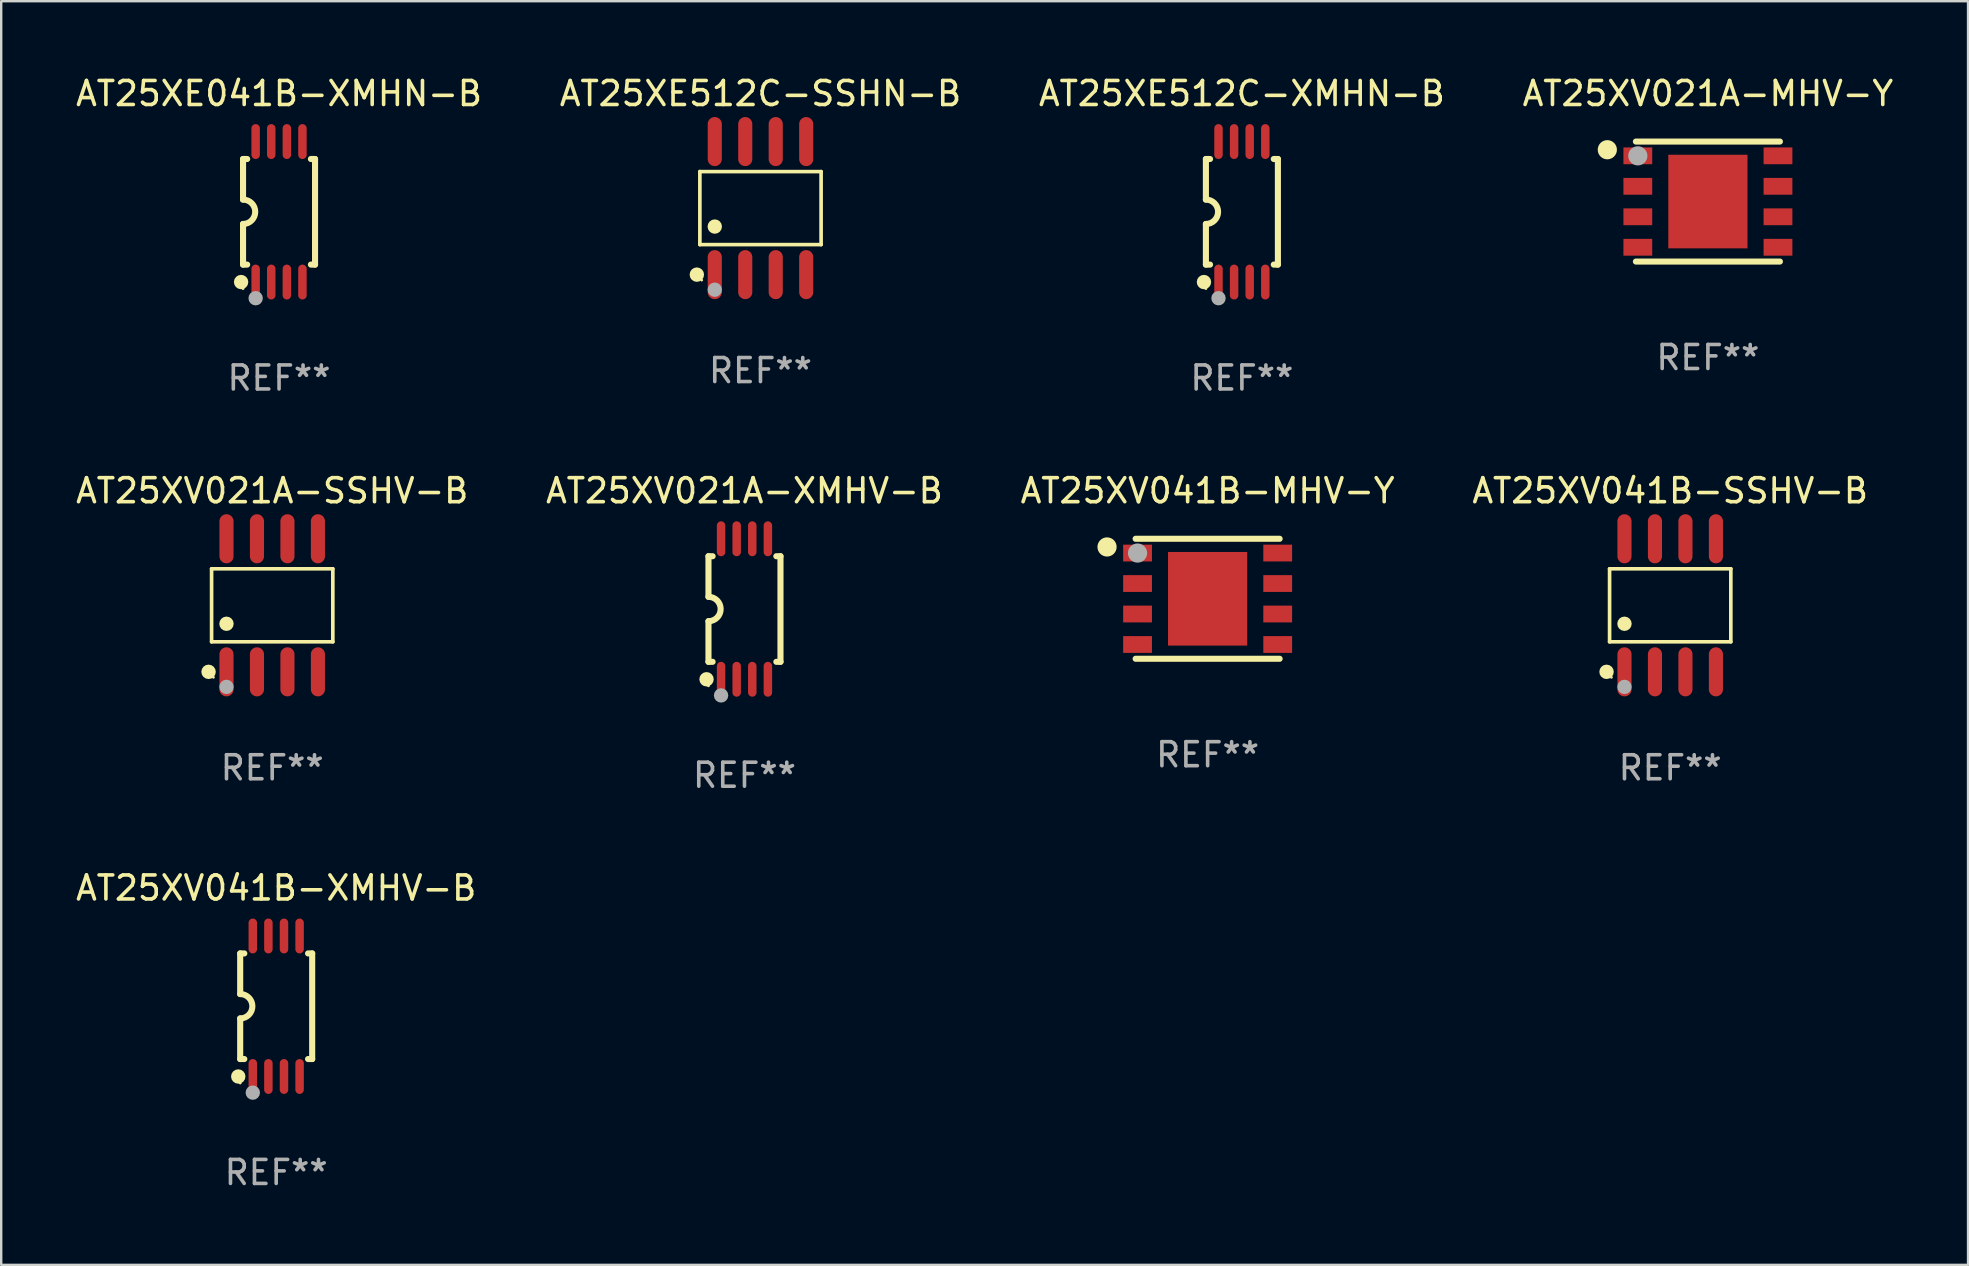
<source format=kicad_pcb>
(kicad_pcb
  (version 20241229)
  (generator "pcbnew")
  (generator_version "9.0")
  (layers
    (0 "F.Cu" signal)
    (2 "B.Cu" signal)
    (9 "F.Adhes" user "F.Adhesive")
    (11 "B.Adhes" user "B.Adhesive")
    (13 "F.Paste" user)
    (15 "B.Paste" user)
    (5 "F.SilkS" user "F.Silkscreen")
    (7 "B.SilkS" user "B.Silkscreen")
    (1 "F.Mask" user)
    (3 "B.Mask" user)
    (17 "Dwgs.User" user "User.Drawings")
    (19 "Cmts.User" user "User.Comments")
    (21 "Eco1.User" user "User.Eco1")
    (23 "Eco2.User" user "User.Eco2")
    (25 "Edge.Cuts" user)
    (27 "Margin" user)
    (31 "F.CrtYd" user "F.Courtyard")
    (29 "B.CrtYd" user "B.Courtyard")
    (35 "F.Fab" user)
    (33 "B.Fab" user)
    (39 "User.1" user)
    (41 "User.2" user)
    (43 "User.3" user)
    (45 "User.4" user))
  (footprint "AT25XV041B-MHV-Y"
    (layer "F.Cu")
    (at 47.268 21.899)
    (property "Reference" "AT25XV041B-MHV-Y" (at 0 -4.5 0) (layer "F.SilkS") (effects (font (size 1 1) (thickness 0.15))))
    (attr through_hole)
    (fp_line (start 3 -2.5) (end -3 -2.5) (stroke (width 0.254) (type solid)) (layer "F.SilkS"))
    (fp_line (start 3 2.5) (end -3 2.5) (stroke (width 0.254) (type solid)) (layer "F.SilkS"))
    (fp_circle (center -4.191 -2.159) (end -3.991 -2.159) (stroke (width 0.4) (type solid)) (fill no) (layer "F.SilkS"))
    (fp_circle (center -3 -2.5) (end -2.97 -2.5) (stroke (width 0.06) (type solid)) (fill no) (layer "F.SilkS"))
    (fp_circle (center -2.92 -1.905) (end -2.72 -1.905) (stroke (width 0.4) (type solid)) (fill no) (layer "F.Fab"))
    (fp_text user "REF**" (at 0 6.5 0) (layer "F.Fab") (effects (font (size 1 1) (thickness 0.15))))
    (pad "1" smd rect (at -2.92 -1.905) (size 1.2 0.7) (layers "F.Cu" "F.Mask" "F.Paste"))
    (pad "2" smd rect (at -2.92 -0.635) (size 1.2 0.7) (layers "F.Cu" "F.Mask" "F.Paste"))
    (pad "3" smd rect (at -2.92 0.635) (size 1.2 0.7) (layers "F.Cu" "F.Mask" "F.Paste"))
    (pad "4" smd rect (at -2.92 1.905) (size 1.2 0.7) (layers "F.Cu" "F.Mask" "F.Paste"))
    (pad "5" smd rect (at 2.92 1.905) (size 1.2 0.7) (layers "F.Cu" "F.Mask" "F.Paste"))
    (pad "6" smd rect (at 2.92 0.635) (size 1.2 0.7) (layers "F.Cu" "F.Mask" "F.Paste"))
    (pad "7" smd rect (at 2.92 -0.635) (size 1.2 0.7) (layers "F.Cu" "F.Mask" "F.Paste"))
    (pad "8" smd rect (at 2.92 -1.905) (size 1.2 0.7) (layers "F.Cu" "F.Mask" "F.Paste"))
    (pad "9" smd rect (at 0 0) (size 3.3 3.9) (layers "F.Cu" "F.Mask" "F.Paste")))
  (footprint "AT25XE041B-XMHN-B"
    (layer "F.Cu")
    (at 8.577 5.775)
    (property "Reference" "AT25XE041B-XMHN-B" (at 0 -4.927 0) (layer "F.SilkS") (effects (font (size 1 1) (thickness 0.15))))
    (attr through_hole)
    (fp_line (start -1.5 -2.2) (end -1.5 -0.508) (stroke (width 0.254) (type solid)) (layer "F.SilkS"))
    (fp_line (start -1.5 -2.2) (end -1.328 -2.2) (stroke (width 0.254) (type solid)) (layer "F.SilkS"))
    (fp_line (start -1.5 2.2) (end -1.5 0.508) (stroke (width 0.254) (type solid)) (layer "F.SilkS"))
    (fp_line (start -1.5 2.2) (end -1.328 2.2) (stroke (width 0.254) (type solid)) (layer "F.SilkS"))
    (fp_line (start 1.328 -2.2) (end 1.5 -2.2) (stroke (width 0.254) (type solid)) (layer "F.SilkS"))
    (fp_line (start 1.328 2.2) (end 1.5 2.2) (stroke (width 0.254) (type solid)) (layer "F.SilkS"))
    (fp_line (start 1.5 -2.2) (end 1.5 2.2) (stroke (width 0.254) (type solid)) (layer "F.SilkS"))
    (fp_arc (start -1.501144 -0.508) (mid -0.993143 -0.000571) (end -1.5 0.508001) (stroke (width 0.254001) (type solid)) (layer "F.SilkS"))
    (fp_circle (center -1.581 2.927) (end -1.431 2.927) (stroke (width 0.3) (type solid)) (fill no) (layer "F.SilkS"))
    (fp_circle (center -1.5 3.2) (end -1.47 3.2) (stroke (width 0.06) (type solid)) (fill no) (layer "F.SilkS"))
    (fp_circle (center -0.975 3.6) (end -0.825 3.6) (stroke (width 0.3) (type solid)) (fill no) (layer "F.Fab"))
    (fp_text user "REF**" (at 0 6.927 0) (layer "F.Fab") (effects (font (size 1 1) (thickness 0.15))))
    (pad "1" smd oval (at -0.975 2.927) (size 0.353 1.454) (layers "F.Cu" "F.Mask" "F.Paste"))
    (pad "2" smd oval (at -0.325 2.927) (size 0.353 1.454) (layers "F.Cu" "F.Mask" "F.Paste"))
    (pad "3" smd oval (at 0.325 2.927) (size 0.353 1.454) (layers "F.Cu" "F.Mask" "F.Paste"))
    (pad "4" smd oval (at 0.975 2.927) (size 0.353 1.454) (layers "F.Cu" "F.Mask" "F.Paste"))
    (pad "5" smd oval (at 0.975 -2.927) (size 0.353 1.454) (layers "F.Cu" "F.Mask" "F.Paste"))
    (pad "6" smd oval (at 0.325 -2.927) (size 0.353 1.454) (layers "F.Cu" "F.Mask" "F.Paste"))
    (pad "7" smd oval (at -0.325 -2.927) (size 0.353 1.454) (layers "F.Cu" "F.Mask" "F.Paste"))
    (pad "8" smd oval (at -0.975 -2.927) (size 0.353 1.454) (layers "F.Cu" "F.Mask" "F.Paste")))
  (footprint "AT25XE512C-SSHN-B"
    (layer "F.Cu")
    (at 28.637 5.621)
    (property "Reference" "AT25XE512C-SSHN-B" (at 0 -4.772 0) (layer "F.SilkS") (effects (font (size 1 1) (thickness 0.15))))
    (attr through_hole)
    (fp_line (start -2.526 -1.521) (end 2.526 -1.521) (stroke (width 0.152) (type solid)) (layer "F.SilkS"))
    (fp_line (start -2.526 1.521) (end -2.526 -1.521) (stroke (width 0.152) (type solid)) (layer "F.SilkS"))
    (fp_line (start 2.526 -1.521) (end 2.526 1.521) (stroke (width 0.152) (type solid)) (layer "F.SilkS"))
    (fp_line (start 2.526 1.521) (end -2.526 1.521) (stroke (width 0.152) (type solid)) (layer "F.SilkS"))
    (fp_circle (center -2.652 2.772) (end -2.501 2.772) (stroke (width 0.3) (type solid)) (fill no) (layer "F.SilkS"))
    (fp_circle (center -2.45 3) (end -2.42 3) (stroke (width 0.06) (type solid)) (fill no) (layer "F.SilkS"))
    (fp_circle (center -1.905 0.769) (end -1.755 0.769) (stroke (width 0.3) (type solid)) (fill no) (layer "F.SilkS"))
    (fp_circle (center -1.905 3.4) (end -1.755 3.4) (stroke (width 0.3) (type solid)) (fill no) (layer "F.Fab"))
    (fp_text user "REF**" (at 0 6.772 0) (layer "F.Fab") (effects (font (size 1 1) (thickness 0.15))))
    (pad "1" smd oval (at -1.905 2.772) (size 0.588 2.045) (layers "F.Cu" "F.Mask" "F.Paste"))
    (pad "2" smd oval (at -0.635 2.772) (size 0.588 2.045) (layers "F.Cu" "F.Mask" "F.Paste"))
    (pad "3" smd oval (at 0.635 2.772) (size 0.588 2.045) (layers "F.Cu" "F.Mask" "F.Paste"))
    (pad "4" smd oval (at 1.905 2.772) (size 0.588 2.045) (layers "F.Cu" "F.Mask" "F.Paste"))
    (pad "5" smd oval (at 1.905 -2.772) (size 0.588 2.045) (layers "F.Cu" "F.Mask" "F.Paste"))
    (pad "6" smd oval (at 0.635 -2.772) (size 0.588 2.045) (layers "F.Cu" "F.Mask" "F.Paste"))
    (pad "7" smd oval (at -0.635 -2.772) (size 0.588 2.045) (layers "F.Cu" "F.Mask" "F.Paste"))
    (pad "8" smd oval (at -1.905 -2.772) (size 0.588 2.045) (layers "F.Cu" "F.Mask" "F.Paste")))
  (footprint "AT25XV041B-SSHV-B"
    (layer "F.Cu")
    (at 66.542 22.171)
    (property "Reference" "AT25XV041B-SSHV-B" (at 0 -4.772 0) (layer "F.SilkS") (effects (font (size 1 1) (thickness 0.15))))
    (attr through_hole)
    (fp_line (start -2.526 -1.521) (end 2.526 -1.521) (stroke (width 0.152) (type solid)) (layer "F.SilkS"))
    (fp_line (start -2.526 1.521) (end -2.526 -1.521) (stroke (width 0.152) (type solid)) (layer "F.SilkS"))
    (fp_line (start 2.526 -1.521) (end 2.526 1.521) (stroke (width 0.152) (type solid)) (layer "F.SilkS"))
    (fp_line (start 2.526 1.521) (end -2.526 1.521) (stroke (width 0.152) (type solid)) (layer "F.SilkS"))
    (fp_circle (center -2.652 2.772) (end -2.501 2.772) (stroke (width 0.3) (type solid)) (fill no) (layer "F.SilkS"))
    (fp_circle (center -2.45 3) (end -2.42 3) (stroke (width 0.06) (type solid)) (fill no) (layer "F.SilkS"))
    (fp_circle (center -1.905 0.769) (end -1.755 0.769) (stroke (width 0.3) (type solid)) (fill no) (layer "F.SilkS"))
    (fp_circle (center -1.905 3.4) (end -1.755 3.4) (stroke (width 0.3) (type solid)) (fill no) (layer "F.Fab"))
    (fp_text user "REF**" (at 0 6.772 0) (layer "F.Fab") (effects (font (size 1 1) (thickness 0.15))))
    (pad "1" smd oval (at -1.905 2.772) (size 0.588 2.045) (layers "F.Cu" "F.Mask" "F.Paste"))
    (pad "2" smd oval (at -0.635 2.772) (size 0.588 2.045) (layers "F.Cu" "F.Mask" "F.Paste"))
    (pad "3" smd oval (at 0.635 2.772) (size 0.588 2.045) (layers "F.Cu" "F.Mask" "F.Paste"))
    (pad "4" smd oval (at 1.905 2.772) (size 0.588 2.045) (layers "F.Cu" "F.Mask" "F.Paste"))
    (pad "5" smd oval (at 1.905 -2.772) (size 0.588 2.045) (layers "F.Cu" "F.Mask" "F.Paste"))
    (pad "6" smd oval (at 0.635 -2.772) (size 0.588 2.045) (layers "F.Cu" "F.Mask" "F.Paste"))
    (pad "7" smd oval (at -0.635 -2.772) (size 0.588 2.045) (layers "F.Cu" "F.Mask" "F.Paste"))
    (pad "8" smd oval (at -1.905 -2.772) (size 0.588 2.045) (layers "F.Cu" "F.Mask" "F.Paste")))
  (footprint "AT25XV021A-MHV-Y"
    (layer "F.Cu")
    (at 68.113 5.348)
    (property "Reference" "AT25XV021A-MHV-Y" (at 0 -4.5 0) (layer "F.SilkS") (effects (font (size 1 1) (thickness 0.15))))
    (attr through_hole)
    (fp_line (start 3 -2.5) (end -3 -2.5) (stroke (width 0.254) (type solid)) (layer "F.SilkS"))
    (fp_line (start 3 2.5) (end -3 2.5) (stroke (width 0.254) (type solid)) (layer "F.SilkS"))
    (fp_circle (center -4.191 -2.159) (end -3.991 -2.159) (stroke (width 0.4) (type solid)) (fill no) (layer "F.SilkS"))
    (fp_circle (center -3 -2.5) (end -2.97 -2.5) (stroke (width 0.06) (type solid)) (fill no) (layer "F.SilkS"))
    (fp_circle (center -2.92 -1.905) (end -2.72 -1.905) (stroke (width 0.4) (type solid)) (fill no) (layer "F.Fab"))
    (fp_text user "REF**" (at 0 6.5 0) (layer "F.Fab") (effects (font (size 1 1) (thickness 0.15))))
    (pad "1" smd rect (at -2.92 -1.905) (size 1.2 0.7) (layers "F.Cu" "F.Mask" "F.Paste"))
    (pad "2" smd rect (at -2.92 -0.635) (size 1.2 0.7) (layers "F.Cu" "F.Mask" "F.Paste"))
    (pad "3" smd rect (at -2.92 0.635) (size 1.2 0.7) (layers "F.Cu" "F.Mask" "F.Paste"))
    (pad "4" smd rect (at -2.92 1.905) (size 1.2 0.7) (layers "F.Cu" "F.Mask" "F.Paste"))
    (pad "5" smd rect (at 2.92 1.905) (size 1.2 0.7) (layers "F.Cu" "F.Mask" "F.Paste"))
    (pad "6" smd rect (at 2.92 0.635) (size 1.2 0.7) (layers "F.Cu" "F.Mask" "F.Paste"))
    (pad "7" smd rect (at 2.92 -0.635) (size 1.2 0.7) (layers "F.Cu" "F.Mask" "F.Paste"))
    (pad "8" smd rect (at 2.92 -1.905) (size 1.2 0.7) (layers "F.Cu" "F.Mask" "F.Paste"))
    (pad "9" smd rect (at 0 0) (size 3.3 3.9) (layers "F.Cu" "F.Mask" "F.Paste")))
  (footprint "AT25XV021A-XMHV-B"
    (layer "F.Cu")
    (at 27.97 22.326)
    (property "Reference" "AT25XV021A-XMHV-B" (at 0 -4.927 0) (layer "F.SilkS") (effects (font (size 1 1) (thickness 0.15))))
    (attr through_hole)
    (fp_line (start -1.5 -2.2) (end -1.5 -0.508) (stroke (width 0.254) (type solid)) (layer "F.SilkS"))
    (fp_line (start -1.5 -2.2) (end -1.328 -2.2) (stroke (width 0.254) (type solid)) (layer "F.SilkS"))
    (fp_line (start -1.5 2.2) (end -1.5 0.508) (stroke (width 0.254) (type solid)) (layer "F.SilkS"))
    (fp_line (start -1.5 2.2) (end -1.328 2.2) (stroke (width 0.254) (type solid)) (layer "F.SilkS"))
    (fp_line (start 1.328 -2.2) (end 1.5 -2.2) (stroke (width 0.254) (type solid)) (layer "F.SilkS"))
    (fp_line (start 1.328 2.2) (end 1.5 2.2) (stroke (width 0.254) (type solid)) (layer "F.SilkS"))
    (fp_line (start 1.5 -2.2) (end 1.5 2.2) (stroke (width 0.254) (type solid)) (layer "F.SilkS"))
    (fp_arc (start -1.501144 -0.508) (mid -0.993143 -0.000571) (end -1.5 0.508001) (stroke (width 0.254001) (type solid)) (layer "F.SilkS"))
    (fp_circle (center -1.581 2.927) (end -1.431 2.927) (stroke (width 0.3) (type solid)) (fill no) (layer "F.SilkS"))
    (fp_circle (center -1.5 3.2) (end -1.47 3.2) (stroke (width 0.06) (type solid)) (fill no) (layer "F.SilkS"))
    (fp_circle (center -0.975 3.6) (end -0.825 3.6) (stroke (width 0.3) (type solid)) (fill no) (layer "F.Fab"))
    (fp_text user "REF**" (at 0 6.927 0) (layer "F.Fab") (effects (font (size 1 1) (thickness 0.15))))
    (pad "1" smd oval (at -0.975 2.927) (size 0.353 1.454) (layers "F.Cu" "F.Mask" "F.Paste"))
    (pad "2" smd oval (at -0.325 2.927) (size 0.353 1.454) (layers "F.Cu" "F.Mask" "F.Paste"))
    (pad "3" smd oval (at 0.325 2.927) (size 0.353 1.454) (layers "F.Cu" "F.Mask" "F.Paste"))
    (pad "4" smd oval (at 0.975 2.927) (size 0.353 1.454) (layers "F.Cu" "F.Mask" "F.Paste"))
    (pad "5" smd oval (at 0.975 -2.927) (size 0.353 1.454) (layers "F.Cu" "F.Mask" "F.Paste"))
    (pad "6" smd oval (at 0.325 -2.927) (size 0.353 1.454) (layers "F.Cu" "F.Mask" "F.Paste"))
    (pad "7" smd oval (at -0.325 -2.927) (size 0.353 1.454) (layers "F.Cu" "F.Mask" "F.Paste"))
    (pad "8" smd oval (at -0.975 -2.927) (size 0.353 1.454) (layers "F.Cu" "F.Mask" "F.Paste")))
  (footprint "AT25XV021A-SSHV-B"
    (layer "F.Cu")
    (at 8.292 22.171)
    (property "Reference" "AT25XV021A-SSHV-B" (at 0 -4.772 0) (layer "F.SilkS") (effects (font (size 1 1) (thickness 0.15))))
    (attr through_hole)
    (fp_line (start -2.526 -1.521) (end 2.526 -1.521) (stroke (width 0.152) (type solid)) (layer "F.SilkS"))
    (fp_line (start -2.526 1.521) (end -2.526 -1.521) (stroke (width 0.152) (type solid)) (layer "F.SilkS"))
    (fp_line (start 2.526 -1.521) (end 2.526 1.521) (stroke (width 0.152) (type solid)) (layer "F.SilkS"))
    (fp_line (start 2.526 1.521) (end -2.526 1.521) (stroke (width 0.152) (type solid)) (layer "F.SilkS"))
    (fp_circle (center -2.652 2.772) (end -2.501 2.772) (stroke (width 0.3) (type solid)) (fill no) (layer "F.SilkS"))
    (fp_circle (center -2.45 3) (end -2.42 3) (stroke (width 0.06) (type solid)) (fill no) (layer "F.SilkS"))
    (fp_circle (center -1.905 0.769) (end -1.755 0.769) (stroke (width 0.3) (type solid)) (fill no) (layer "F.SilkS"))
    (fp_circle (center -1.905 3.4) (end -1.755 3.4) (stroke (width 0.3) (type solid)) (fill no) (layer "F.Fab"))
    (fp_text user "REF**" (at 0 6.772 0) (layer "F.Fab") (effects (font (size 1 1) (thickness 0.15))))
    (pad "1" smd oval (at -1.905 2.772) (size 0.588 2.045) (layers "F.Cu" "F.Mask" "F.Paste"))
    (pad "2" smd oval (at -0.635 2.772) (size 0.588 2.045) (layers "F.Cu" "F.Mask" "F.Paste"))
    (pad "3" smd oval (at 0.635 2.772) (size 0.588 2.045) (layers "F.Cu" "F.Mask" "F.Paste"))
    (pad "4" smd oval (at 1.905 2.772) (size 0.588 2.045) (layers "F.Cu" "F.Mask" "F.Paste"))
    (pad "5" smd oval (at 1.905 -2.772) (size 0.588 2.045) (layers "F.Cu" "F.Mask" "F.Paste"))
    (pad "6" smd oval (at 0.635 -2.772) (size 0.588 2.045) (layers "F.Cu" "F.Mask" "F.Paste"))
    (pad "7" smd oval (at -0.635 -2.772) (size 0.588 2.045) (layers "F.Cu" "F.Mask" "F.Paste"))
    (pad "8" smd oval (at -1.905 -2.772) (size 0.588 2.045) (layers "F.Cu" "F.Mask" "F.Paste")))
  (footprint "AT25XV041B-XMHV-B"
    (layer "F.Cu")
    (at 8.458 38.877)
    (property "Reference" "AT25XV041B-XMHV-B" (at 0 -4.927 0) (layer "F.SilkS") (effects (font (size 1 1) (thickness 0.15))))
    (attr through_hole)
    (fp_line (start -1.5 -2.2) (end -1.5 -0.508) (stroke (width 0.254) (type solid)) (layer "F.SilkS"))
    (fp_line (start -1.5 -2.2) (end -1.328 -2.2) (stroke (width 0.254) (type solid)) (layer "F.SilkS"))
    (fp_line (start -1.5 2.2) (end -1.5 0.508) (stroke (width 0.254) (type solid)) (layer "F.SilkS"))
    (fp_line (start -1.5 2.2) (end -1.328 2.2) (stroke (width 0.254) (type solid)) (layer "F.SilkS"))
    (fp_line (start 1.328 -2.2) (end 1.5 -2.2) (stroke (width 0.254) (type solid)) (layer "F.SilkS"))
    (fp_line (start 1.328 2.2) (end 1.5 2.2) (stroke (width 0.254) (type solid)) (layer "F.SilkS"))
    (fp_line (start 1.5 -2.2) (end 1.5 2.2) (stroke (width 0.254) (type solid)) (layer "F.SilkS"))
    (fp_arc (start -1.501144 -0.508) (mid -0.993143 -0.000571) (end -1.5 0.508001) (stroke (width 0.254001) (type solid)) (layer "F.SilkS"))
    (fp_circle (center -1.581 2.927) (end -1.431 2.927) (stroke (width 0.3) (type solid)) (fill no) (layer "F.SilkS"))
    (fp_circle (center -1.5 3.2) (end -1.47 3.2) (stroke (width 0.06) (type solid)) (fill no) (layer "F.SilkS"))
    (fp_circle (center -0.975 3.6) (end -0.825 3.6) (stroke (width 0.3) (type solid)) (fill no) (layer "F.Fab"))
    (fp_text user "REF**" (at 0 6.927 0) (layer "F.Fab") (effects (font (size 1 1) (thickness 0.15))))
    (pad "1" smd oval (at -0.975 2.927) (size 0.353 1.454) (layers "F.Cu" "F.Mask" "F.Paste"))
    (pad "2" smd oval (at -0.325 2.927) (size 0.353 1.454) (layers "F.Cu" "F.Mask" "F.Paste"))
    (pad "3" smd oval (at 0.325 2.927) (size 0.353 1.454) (layers "F.Cu" "F.Mask" "F.Paste"))
    (pad "4" smd oval (at 0.975 2.927) (size 0.353 1.454) (layers "F.Cu" "F.Mask" "F.Paste"))
    (pad "5" smd oval (at 0.975 -2.927) (size 0.353 1.454) (layers "F.Cu" "F.Mask" "F.Paste"))
    (pad "6" smd oval (at 0.325 -2.927) (size 0.353 1.454) (layers "F.Cu" "F.Mask" "F.Paste"))
    (pad "7" smd oval (at -0.325 -2.927) (size 0.353 1.454) (layers "F.Cu" "F.Mask" "F.Paste"))
    (pad "8" smd oval (at -0.975 -2.927) (size 0.353 1.454) (layers "F.Cu" "F.Mask" "F.Paste")))
  (footprint "AT25XE512C-XMHN-B"
    (layer "F.Cu")
    (at 48.696 5.775)
    (property "Reference" "AT25XE512C-XMHN-B" (at 0 -4.927 0) (layer "F.SilkS") (effects (font (size 1 1) (thickness 0.15))))
    (attr through_hole)
    (fp_line (start -1.5 -2.2) (end -1.5 -0.508) (stroke (width 0.254) (type solid)) (layer "F.SilkS"))
    (fp_line (start -1.5 -2.2) (end -1.328 -2.2) (stroke (width 0.254) (type solid)) (layer "F.SilkS"))
    (fp_line (start -1.5 2.2) (end -1.5 0.508) (stroke (width 0.254) (type solid)) (layer "F.SilkS"))
    (fp_line (start -1.5 2.2) (end -1.328 2.2) (stroke (width 0.254) (type solid)) (layer "F.SilkS"))
    (fp_line (start 1.328 -2.2) (end 1.5 -2.2) (stroke (width 0.254) (type solid)) (layer "F.SilkS"))
    (fp_line (start 1.328 2.2) (end 1.5 2.2) (stroke (width 0.254) (type solid)) (layer "F.SilkS"))
    (fp_line (start 1.5 -2.2) (end 1.5 2.2) (stroke (width 0.254) (type solid)) (layer "F.SilkS"))
    (fp_arc (start -1.501144 -0.508) (mid -0.993143 -0.000571) (end -1.5 0.508001) (stroke (width 0.254001) (type solid)) (layer "F.SilkS"))
    (fp_circle (center -1.581 2.927) (end -1.431 2.927) (stroke (width 0.3) (type solid)) (fill no) (layer "F.SilkS"))
    (fp_circle (center -1.5 3.2) (end -1.47 3.2) (stroke (width 0.06) (type solid)) (fill no) (layer "F.SilkS"))
    (fp_circle (center -0.975 3.6) (end -0.825 3.6) (stroke (width 0.3) (type solid)) (fill no) (layer "F.Fab"))
    (fp_text user "REF**" (at 0 6.927 0) (layer "F.Fab") (effects (font (size 1 1) (thickness 0.15))))
    (pad "1" smd oval (at -0.975 2.927) (size 0.353 1.454) (layers "F.Cu" "F.Mask" "F.Paste"))
    (pad "2" smd oval (at -0.325 2.927) (size 0.353 1.454) (layers "F.Cu" "F.Mask" "F.Paste"))
    (pad "3" smd oval (at 0.325 2.927) (size 0.353 1.454) (layers "F.Cu" "F.Mask" "F.Paste"))
    (pad "4" smd oval (at 0.975 2.927) (size 0.353 1.454) (layers "F.Cu" "F.Mask" "F.Paste"))
    (pad "5" smd oval (at 0.975 -2.927) (size 0.353 1.454) (layers "F.Cu" "F.Mask" "F.Paste"))
    (pad "6" smd oval (at 0.325 -2.927) (size 0.353 1.454) (layers "F.Cu" "F.Mask" "F.Paste"))
    (pad "7" smd oval (at -0.325 -2.927) (size 0.353 1.454) (layers "F.Cu" "F.Mask" "F.Paste"))
    (pad "8" smd oval (at -0.975 -2.927) (size 0.353 1.454) (layers "F.Cu" "F.Mask" "F.Paste")))
  (gr_rect
    (start -3 -3)
    (end 78.952 49.652)
    (stroke (width 0.1) (type default))
    (fill no)
    (layer "Edge.Cuts")))
</source>
